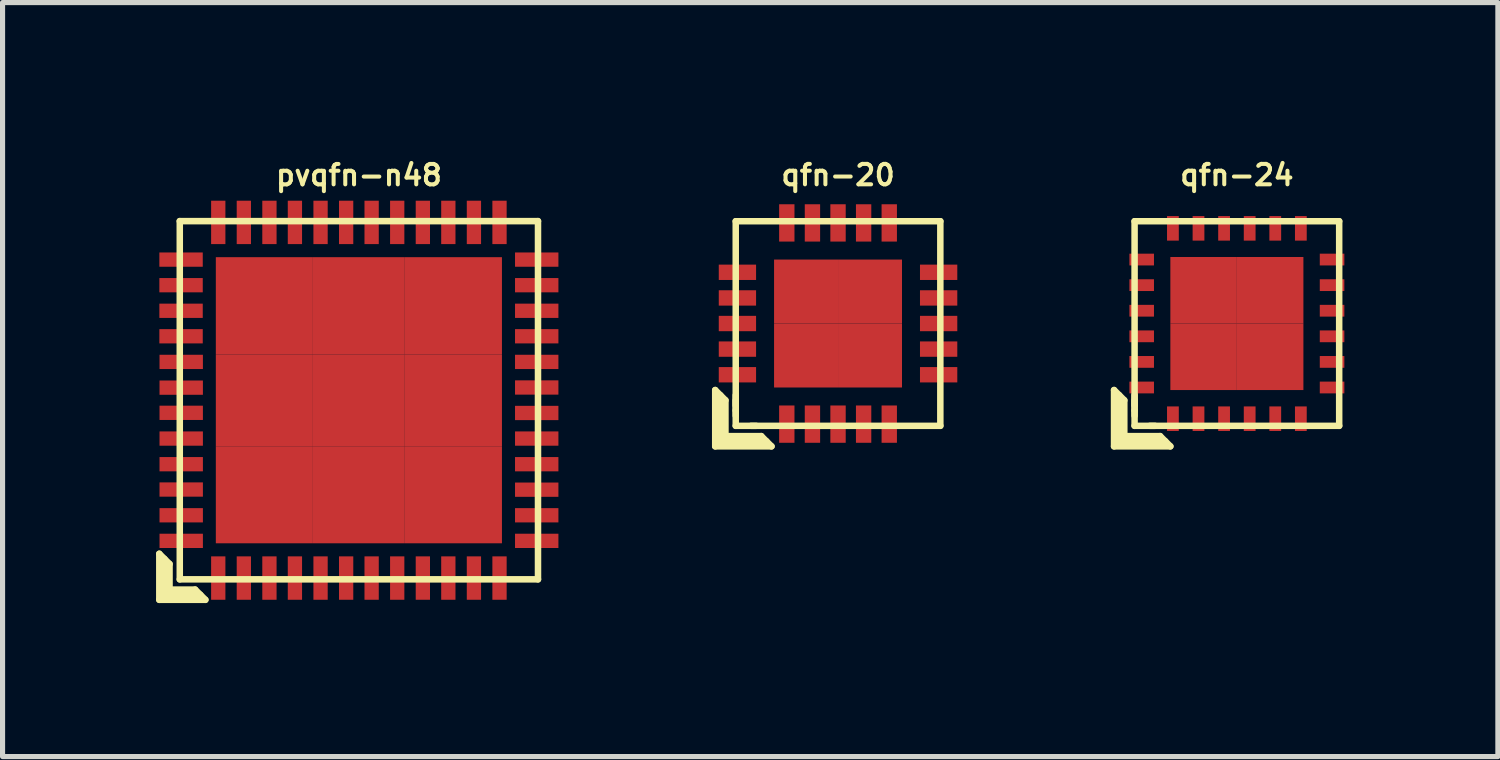
<source format=kicad_pcb>
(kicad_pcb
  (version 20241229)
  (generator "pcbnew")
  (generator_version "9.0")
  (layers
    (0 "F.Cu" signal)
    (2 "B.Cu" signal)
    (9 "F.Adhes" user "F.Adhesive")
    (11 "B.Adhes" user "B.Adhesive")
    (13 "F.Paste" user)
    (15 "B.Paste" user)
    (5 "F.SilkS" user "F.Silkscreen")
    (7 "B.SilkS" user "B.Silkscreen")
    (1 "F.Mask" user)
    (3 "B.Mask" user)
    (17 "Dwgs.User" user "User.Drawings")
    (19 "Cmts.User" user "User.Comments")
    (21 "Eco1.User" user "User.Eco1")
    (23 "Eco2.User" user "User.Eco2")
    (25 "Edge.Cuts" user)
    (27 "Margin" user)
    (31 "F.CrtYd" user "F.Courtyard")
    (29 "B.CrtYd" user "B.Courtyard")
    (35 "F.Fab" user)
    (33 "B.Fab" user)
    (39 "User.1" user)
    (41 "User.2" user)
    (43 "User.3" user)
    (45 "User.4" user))
  (footprint "qfn-24"
    (layer "F.Cu")
    (at 21.12 3.272)
    (property "Reference" "qfn-24" (at 0 -2.901 0) (layer "F.SilkS") (effects (font (size 0.399 0.399) (thickness 0.079))))
    (attr through_hole)
    (fp_line (start -2.4 1.3) (end -2.2 1.5) (stroke (width 0.127) (type solid)) (layer "F.SilkS"))
    (fp_line (start -2.4 2.4) (end -2.4 1.3) (stroke (width 0.127) (type solid)) (layer "F.SilkS"))
    (fp_line (start -2.3 1.4) (end -2.3 2.3) (stroke (width 0.127) (type solid)) (layer "F.SilkS"))
    (fp_line (start -2.3 2.3) (end -1.4 2.3) (stroke (width 0.127) (type solid)) (layer "F.SilkS"))
    (fp_line (start -2.2 1.5) (end -2.2 2.2) (stroke (width 0.127) (type solid)) (layer "F.SilkS"))
    (fp_line (start -2.2 2.2) (end -1.5 2.2) (stroke (width 0.127) (type solid)) (layer "F.SilkS"))
    (fp_line (start -1.999 -1.999) (end 1.999 -1.999) (stroke (width 0.127) (type solid)) (layer "F.SilkS"))
    (fp_line (start -1.999 1.4) (end -1.999 1.6) (stroke (width 0.127) (type solid)) (layer "F.SilkS"))
    (fp_line (start -1.999 1.501) (end -1.999 1.699) (stroke (width 0.127) (type solid)) (layer "F.SilkS"))
    (fp_line (start -1.999 1.699) (end -1.999 1.801) (stroke (width 0.127) (type solid)) (layer "F.SilkS"))
    (fp_line (start -1.999 1.999) (end -1.999 -1.999) (stroke (width 0.127) (type solid)) (layer "F.SilkS"))
    (fp_line (start -1.6 1.999) (end -1.699 1.999) (stroke (width 0.127) (type solid)) (layer "F.SilkS"))
    (fp_line (start -1.5 2.2) (end -1.3 2.4) (stroke (width 0.127) (type solid)) (layer "F.SilkS"))
    (fp_line (start -1.3 2.4) (end -2.4 2.4) (stroke (width 0.127) (type solid)) (layer "F.SilkS"))
    (fp_line (start 1.999 -1.999) (end 1.999 1.999) (stroke (width 0.127) (type solid)) (layer "F.SilkS"))
    (fp_line (start 1.999 1.999) (end -1.999 1.999) (stroke (width 0.127) (type solid)) (layer "F.SilkS"))
    (pad "1" smd rect (at -1.25 1.86) (size 0.23 0.48) (layers "F.Cu" "F.Mask" "F.Paste"))
    (pad "2" smd rect (at -0.75 1.86) (size 0.23 0.48) (layers "F.Cu" "F.Mask" "F.Paste"))
    (pad "3" smd rect (at -0.25 1.86) (size 0.23 0.48) (layers "F.Cu" "F.Mask" "F.Paste"))
    (pad "4" smd rect (at 0.25 1.86) (size 0.23 0.48) (layers "F.Cu" "F.Mask" "F.Paste"))
    (pad "5" smd rect (at 0.75 1.86) (size 0.23 0.48) (layers "F.Cu" "F.Mask" "F.Paste"))
    (pad "6" smd rect (at 1.25 1.86) (size 0.23 0.48) (layers "F.Cu" "F.Mask" "F.Paste"))
    (pad "7" smd rect (at 1.86 1.25) (size 0.48 0.23) (layers "F.Cu" "F.Mask" "F.Paste"))
    (pad "8" smd rect (at 1.86 0.75) (size 0.48 0.23) (layers "F.Cu" "F.Mask" "F.Paste"))
    (pad "9" smd rect (at 1.86 0.25) (size 0.48 0.23) (layers "F.Cu" "F.Mask" "F.Paste"))
    (pad "10" smd rect (at 1.86 -0.25) (size 0.48 0.23) (layers "F.Cu" "F.Mask" "F.Paste"))
    (pad "11" smd rect (at 1.86 -0.75) (size 0.48 0.23) (layers "F.Cu" "F.Mask" "F.Paste"))
    (pad "12" smd rect (at 1.86 -1.25) (size 0.48 0.23) (layers "F.Cu" "F.Mask" "F.Paste"))
    (pad "13" smd rect (at 1.25 -1.86) (size 0.23 0.48) (layers "F.Cu" "F.Mask" "F.Paste"))
    (pad "14" smd rect (at 0.75 -1.86) (size 0.23 0.48) (layers "F.Cu" "F.Mask" "F.Paste"))
    (pad "15" smd rect (at 0.25 -1.86) (size 0.23 0.48) (layers "F.Cu" "F.Mask" "F.Paste"))
    (pad "16" smd rect (at -0.25 -1.86) (size 0.23 0.48) (layers "F.Cu" "F.Mask" "F.Paste"))
    (pad "17" smd rect (at -0.75 -1.86) (size 0.23 0.48) (layers "F.Cu" "F.Mask" "F.Paste"))
    (pad "18" smd rect (at -1.25 -1.86) (size 0.23 0.48) (layers "F.Cu" "F.Mask" "F.Paste"))
    (pad "19" smd rect (at -1.86 -1.25) (size 0.48 0.23) (layers "F.Cu" "F.Mask" "F.Paste"))
    (pad "20" smd rect (at -1.86 -0.75) (size 0.48 0.23) (layers "F.Cu" "F.Mask" "F.Paste"))
    (pad "21" smd rect (at -1.86 -0.25) (size 0.48 0.23) (layers "F.Cu" "F.Mask" "F.Paste"))
    (pad "22" smd rect (at -1.86 0.25) (size 0.48 0.23) (layers "F.Cu" "F.Mask" "F.Paste"))
    (pad "23" smd rect (at -1.86 0.75) (size 0.48 0.23) (layers "F.Cu" "F.Mask" "F.Paste"))
    (pad "24" smd rect (at -1.86 1.25) (size 0.48 0.23) (layers "F.Cu" "F.Mask" "F.Paste"))
    (pad "25" smd rect (at -0.65 -0.65) (size 1.3 1.3) (layers "F.Cu" "F.Mask" "F.Paste"))
    (pad "25" smd rect (at -0.65 0.65) (size 1.3 1.3) (layers "F.Cu" "F.Mask" "F.Paste"))
    (pad "25" smd rect (at 0.65 -0.65) (size 1.3 1.3) (layers "F.Cu" "F.Mask" "F.Paste"))
    (pad "25" smd rect (at 0.65 0.65) (size 1.3 1.3) (layers "F.Cu" "F.Mask" "F.Paste")))
  (footprint "qfn-20"
    (layer "F.Cu")
    (at 13.326 3.272)
    (property "Reference" "qfn-20" (at 0 -2.901 0) (layer "F.SilkS") (effects (font (size 0.399 0.399) (thickness 0.079))))
    (attr through_hole)
    (fp_line (start -2.4 1.3) (end -2.2 1.5) (stroke (width 0.127) (type solid)) (layer "F.SilkS"))
    (fp_line (start -2.4 2.4) (end -2.4 1.3) (stroke (width 0.127) (type solid)) (layer "F.SilkS"))
    (fp_line (start -2.3 1.4) (end -2.3 2.3) (stroke (width 0.127) (type solid)) (layer "F.SilkS"))
    (fp_line (start -2.3 2.3) (end -1.4 2.3) (stroke (width 0.127) (type solid)) (layer "F.SilkS"))
    (fp_line (start -2.2 1.5) (end -2.2 2.2) (stroke (width 0.127) (type solid)) (layer "F.SilkS"))
    (fp_line (start -2.2 2.2) (end -1.5 2.2) (stroke (width 0.127) (type solid)) (layer "F.SilkS"))
    (fp_line (start -1.999 -1.999) (end 1.999 -1.999) (stroke (width 0.127) (type solid)) (layer "F.SilkS"))
    (fp_line (start -1.999 1.4) (end -1.999 1.6) (stroke (width 0.127) (type solid)) (layer "F.SilkS"))
    (fp_line (start -1.999 1.501) (end -1.999 1.699) (stroke (width 0.127) (type solid)) (layer "F.SilkS"))
    (fp_line (start -1.999 1.699) (end -1.999 1.801) (stroke (width 0.127) (type solid)) (layer "F.SilkS"))
    (fp_line (start -1.999 1.999) (end -1.999 -1.999) (stroke (width 0.127) (type solid)) (layer "F.SilkS"))
    (fp_line (start -1.6 1.999) (end -1.699 1.999) (stroke (width 0.127) (type solid)) (layer "F.SilkS"))
    (fp_line (start -1.5 2.2) (end -1.3 2.4) (stroke (width 0.127) (type solid)) (layer "F.SilkS"))
    (fp_line (start -1.3 2.4) (end -2.4 2.4) (stroke (width 0.127) (type solid)) (layer "F.SilkS"))
    (fp_line (start 1.999 -1.999) (end 1.999 1.999) (stroke (width 0.127) (type solid)) (layer "F.SilkS"))
    (fp_line (start 1.999 1.999) (end -1.999 1.999) (stroke (width 0.127) (type solid)) (layer "F.SilkS"))
    (pad "1" smd rect (at -1.001 1.966) (size 0.3 0.729) (layers "F.Cu" "F.Mask" "F.Paste"))
    (pad "2" smd rect (at -0.5 1.966) (size 0.3 0.729) (layers "F.Cu" "F.Mask" "F.Paste"))
    (pad "3" smd rect (at 0 1.966) (size 0.3 0.729) (layers "F.Cu" "F.Mask" "F.Paste"))
    (pad "4" smd rect (at 0.5 1.966) (size 0.3 0.729) (layers "F.Cu" "F.Mask" "F.Paste"))
    (pad "5" smd rect (at 1.001 1.966) (size 0.3 0.729) (layers "F.Cu" "F.Mask" "F.Paste"))
    (pad "6" smd rect (at 1.966 1.001) (size 0.729 0.3) (layers "F.Cu" "F.Mask" "F.Paste"))
    (pad "7" smd rect (at 1.966 0.5) (size 0.729 0.3) (layers "F.Cu" "F.Mask" "F.Paste"))
    (pad "8" smd rect (at 1.966 0) (size 0.729 0.3) (layers "F.Cu" "F.Mask" "F.Paste"))
    (pad "9" smd rect (at 1.966 -0.5) (size 0.729 0.3) (layers "F.Cu" "F.Mask" "F.Paste"))
    (pad "10" smd rect (at 1.966 -1.001) (size 0.729 0.3) (layers "F.Cu" "F.Mask" "F.Paste"))
    (pad "11" smd rect (at 1.001 -1.966) (size 0.3 0.729) (layers "F.Cu" "F.Mask" "F.Paste"))
    (pad "12" smd rect (at 0.5 -1.966) (size 0.3 0.729) (layers "F.Cu" "F.Mask" "F.Paste"))
    (pad "13" smd rect (at 0 -1.966) (size 0.3 0.729) (layers "F.Cu" "F.Mask" "F.Paste"))
    (pad "14" smd rect (at -0.5 -1.966) (size 0.3 0.729) (layers "F.Cu" "F.Mask" "F.Paste"))
    (pad "15" smd rect (at -1.001 -1.966) (size 0.3 0.729) (layers "F.Cu" "F.Mask" "F.Paste"))
    (pad "16" smd rect (at -1.966 -1.001) (size 0.729 0.3) (layers "F.Cu" "F.Mask" "F.Paste"))
    (pad "17" smd rect (at -1.966 -0.5) (size 0.729 0.3) (layers "F.Cu" "F.Mask" "F.Paste"))
    (pad "18" smd rect (at -1.966 0) (size 0.729 0.3) (layers "F.Cu" "F.Mask" "F.Paste"))
    (pad "19" smd rect (at -1.966 0.5) (size 0.729 0.3) (layers "F.Cu" "F.Mask" "F.Paste"))
    (pad "20" smd rect (at -1.966 1.001) (size 0.729 0.3) (layers "F.Cu" "F.Mask" "F.Paste"))
    (pad "21" smd rect (at -0.625 -0.625) (size 1.25 1.25) (layers "F.Cu" "F.Mask" "F.Paste"))
    (pad "21" smd rect (at -0.625 0.625) (size 1.25 1.25) (layers "F.Cu" "F.Mask" "F.Paste"))
    (pad "21" smd rect (at 0.625 -0.625) (size 1.25 1.25) (layers "F.Cu" "F.Mask" "F.Paste"))
    (pad "21" smd rect (at 0.625 0.625) (size 1.25 1.25) (layers "F.Cu" "F.Mask" "F.Paste")))
  (footprint "pvqfn-n48"
    (layer "F.Cu")
    (at 3.963 4.771)
    (property "Reference" "pvqfn-n48" (at 0 -4.399 0) (layer "F.SilkS") (effects (font (size 0.399 0.399) (thickness 0.079))))
    (attr through_hole)
    (fp_line (start -3.9 3) (end -3.9 3.9) (stroke (width 0.127) (type solid)) (layer "F.SilkS"))
    (fp_line (start -3.9 3.9) (end -3 3.9) (stroke (width 0.127) (type solid)) (layer "F.SilkS"))
    (fp_line (start -3.8 3.8) (end -3.8 3.1) (stroke (width 0.127) (type solid)) (layer "F.SilkS"))
    (fp_line (start -3.7 3.2) (end -3.9 3) (stroke (width 0.127) (type solid)) (layer "F.SilkS"))
    (fp_line (start -3.7 3.7) (end -3.7 3.2) (stroke (width 0.127) (type solid)) (layer "F.SilkS"))
    (fp_line (start -3.5 -3.5) (end -3.5 3.5) (stroke (width 0.127) (type solid)) (layer "F.SilkS"))
    (fp_line (start -3.5 3.5) (end 3.5 3.5) (stroke (width 0.127) (type solid)) (layer "F.SilkS"))
    (fp_line (start -3.2 3.7) (end -3.7 3.7) (stroke (width 0.127) (type solid)) (layer "F.SilkS"))
    (fp_line (start -3.1 3.8) (end -3.8 3.8) (stroke (width 0.127) (type solid)) (layer "F.SilkS"))
    (fp_line (start -3 3.9) (end -3.2 3.7) (stroke (width 0.127) (type solid)) (layer "F.SilkS"))
    (fp_line (start 3.5 -3.5) (end -3.5 -3.5) (stroke (width 0.127) (type solid)) (layer "F.SilkS"))
    (fp_line (start 3.5 3.5) (end 3.5 -3.5) (stroke (width 0.127) (type solid)) (layer "F.SilkS"))
    (pad "1" smd rect (at -2.748 3.475) (size 0.279 0.848) (layers "F.Cu" "F.Mask" "F.Paste"))
    (pad "2" smd rect (at -2.248 3.475) (size 0.279 0.848) (layers "F.Cu" "F.Mask" "F.Paste"))
    (pad "3" smd rect (at -1.748 3.475) (size 0.279 0.848) (layers "F.Cu" "F.Mask" "F.Paste"))
    (pad "4" smd rect (at -1.25 3.475) (size 0.279 0.848) (layers "F.Cu" "F.Mask" "F.Paste"))
    (pad "5" smd rect (at -0.749 3.475) (size 0.279 0.848) (layers "F.Cu" "F.Mask" "F.Paste"))
    (pad "6" smd rect (at -0.249 3.475) (size 0.279 0.848) (layers "F.Cu" "F.Mask" "F.Paste"))
    (pad "7" smd rect (at 0.249 3.475) (size 0.279 0.848) (layers "F.Cu" "F.Mask" "F.Paste"))
    (pad "8" smd rect (at 0.749 3.475) (size 0.279 0.848) (layers "F.Cu" "F.Mask" "F.Paste"))
    (pad "9" smd rect (at 1.25 3.475) (size 0.279 0.848) (layers "F.Cu" "F.Mask" "F.Paste"))
    (pad "10" smd rect (at 1.748 3.475) (size 0.279 0.848) (layers "F.Cu" "F.Mask" "F.Paste"))
    (pad "11" smd rect (at 2.248 3.475) (size 0.279 0.848) (layers "F.Cu" "F.Mask" "F.Paste"))
    (pad "12" smd rect (at 2.748 3.475) (size 0.279 0.848) (layers "F.Cu" "F.Mask" "F.Paste"))
    (pad "13" smd rect (at 3.475 2.748) (size 0.848 0.279) (layers "F.Cu" "F.Mask" "F.Paste"))
    (pad "14" smd rect (at 3.475 2.248) (size 0.848 0.279) (layers "F.Cu" "F.Mask" "F.Paste"))
    (pad "15" smd rect (at 3.475 1.748) (size 0.848 0.279) (layers "F.Cu" "F.Mask" "F.Paste"))
    (pad "16" smd rect (at 3.475 1.25) (size 0.848 0.279) (layers "F.Cu" "F.Mask" "F.Paste"))
    (pad "17" smd rect (at 3.475 0.749) (size 0.848 0.279) (layers "F.Cu" "F.Mask" "F.Paste"))
    (pad "18" smd rect (at 3.475 0.249) (size 0.848 0.279) (layers "F.Cu" "F.Mask" "F.Paste"))
    (pad "19" smd rect (at 3.475 -0.249) (size 0.848 0.279) (layers "F.Cu" "F.Mask" "F.Paste"))
    (pad "20" smd rect (at 3.475 -0.749) (size 0.848 0.279) (layers "F.Cu" "F.Mask" "F.Paste"))
    (pad "21" smd rect (at 3.475 -1.25) (size 0.848 0.279) (layers "F.Cu" "F.Mask" "F.Paste"))
    (pad "22" smd rect (at 3.475 -1.748) (size 0.848 0.279) (layers "F.Cu" "F.Mask" "F.Paste"))
    (pad "23" smd rect (at 3.475 -2.248) (size 0.848 0.279) (layers "F.Cu" "F.Mask" "F.Paste"))
    (pad "24" smd rect (at 3.475 -2.748) (size 0.848 0.279) (layers "F.Cu" "F.Mask" "F.Paste"))
    (pad "25" smd rect (at 2.748 -3.475) (size 0.279 0.848) (layers "F.Cu" "F.Mask" "F.Paste"))
    (pad "26" smd rect (at 2.248 -3.475) (size 0.279 0.848) (layers "F.Cu" "F.Mask" "F.Paste"))
    (pad "27" smd rect (at 1.748 -3.475) (size 0.279 0.848) (layers "F.Cu" "F.Mask" "F.Paste"))
    (pad "28" smd rect (at 1.25 -3.475) (size 0.279 0.848) (layers "F.Cu" "F.Mask" "F.Paste"))
    (pad "29" smd rect (at 0.749 -3.475) (size 0.279 0.848) (layers "F.Cu" "F.Mask" "F.Paste"))
    (pad "30" smd rect (at 0.249 -3.475) (size 0.279 0.848) (layers "F.Cu" "F.Mask" "F.Paste"))
    (pad "31" smd rect (at -0.249 -3.475) (size 0.279 0.848) (layers "F.Cu" "F.Mask" "F.Paste"))
    (pad "32" smd rect (at -0.749 -3.475) (size 0.279 0.848) (layers "F.Cu" "F.Mask" "F.Paste"))
    (pad "33" smd rect (at -1.25 -3.475) (size 0.279 0.848) (layers "F.Cu" "F.Mask" "F.Paste"))
    (pad "34" smd rect (at -1.748 -3.475) (size 0.279 0.848) (layers "F.Cu" "F.Mask" "F.Paste"))
    (pad "35" smd rect (at -2.248 -3.475) (size 0.279 0.848) (layers "F.Cu" "F.Mask" "F.Paste"))
    (pad "36" smd rect (at -2.748 -3.475) (size 0.279 0.848) (layers "F.Cu" "F.Mask" "F.Paste"))
    (pad "37" smd rect (at -3.475 -2.748) (size 0.848 0.279) (layers "F.Cu" "F.Mask" "F.Paste"))
    (pad "38" smd rect (at -3.475 -2.248) (size 0.848 0.279) (layers "F.Cu" "F.Mask" "F.Paste"))
    (pad "39" smd rect (at -3.475 -1.748) (size 0.848 0.279) (layers "F.Cu" "F.Mask" "F.Paste"))
    (pad "40" smd rect (at -3.475 -1.25) (size 0.848 0.279) (layers "F.Cu" "F.Mask" "F.Paste"))
    (pad "41" smd rect (at -3.472 -0.749) (size 0.848 0.279) (layers "F.Cu" "F.Mask" "F.Paste"))
    (pad "42" smd rect (at -3.472 -0.246) (size 0.848 0.279) (layers "F.Cu" "F.Mask" "F.Paste"))
    (pad "43" smd rect (at -3.472 0.246) (size 0.848 0.279) (layers "F.Cu" "F.Mask" "F.Paste"))
    (pad "44" smd rect (at -3.472 0.749) (size 0.848 0.279) (layers "F.Cu" "F.Mask" "F.Paste"))
    (pad "45" smd rect (at -3.472 1.25) (size 0.848 0.279) (layers "F.Cu" "F.Mask" "F.Paste"))
    (pad "46" smd rect (at -3.472 1.745) (size 0.848 0.279) (layers "F.Cu" "F.Mask" "F.Paste"))
    (pad "47" smd rect (at -3.472 2.248) (size 0.848 0.279) (layers "F.Cu" "F.Mask" "F.Paste"))
    (pad "48" smd rect (at -3.472 2.748) (size 0.848 0.279) (layers "F.Cu" "F.Mask" "F.Paste"))
    (pad "49" smd rect (at -1.847 -1.847) (size 1.897 1.897) (layers "F.Cu" "F.Mask" "F.Paste"))
    (pad "49" smd rect (at -1.847 0) (size 1.897 1.796) (layers "F.Cu" "F.Mask" "F.Paste"))
    (pad "49" smd rect (at -1.847 1.847) (size 1.897 1.897) (layers "F.Cu" "F.Mask" "F.Paste"))
    (pad "49" smd rect (at 0 -1.847) (size 1.796 1.897) (layers "F.Cu" "F.Mask" "F.Paste"))
    (pad "49" smd rect (at 0 0) (size 1.796 1.796) (layers "F.Cu" "F.Mask" "F.Paste"))
    (pad "49" smd rect (at 0 1.847) (size 1.796 1.897) (layers "F.Cu" "F.Mask" "F.Paste"))
    (pad "49" smd rect (at 1.847 -1.847) (size 1.897 1.897) (layers "F.Cu" "F.Mask" "F.Paste"))
    (pad "49" smd rect (at 1.847 0) (size 1.897 1.796) (layers "F.Cu" "F.Mask" "F.Paste"))
    (pad "49" smd rect (at 1.847 1.847) (size 1.897 1.897) (layers "F.Cu" "F.Mask" "F.Paste")))
  (gr_rect
    (start -3 -3)
    (end 26.22 11.734)
    (stroke (width 0.1) (type default))
    (fill no)
    (layer "Edge.Cuts")))
</source>
